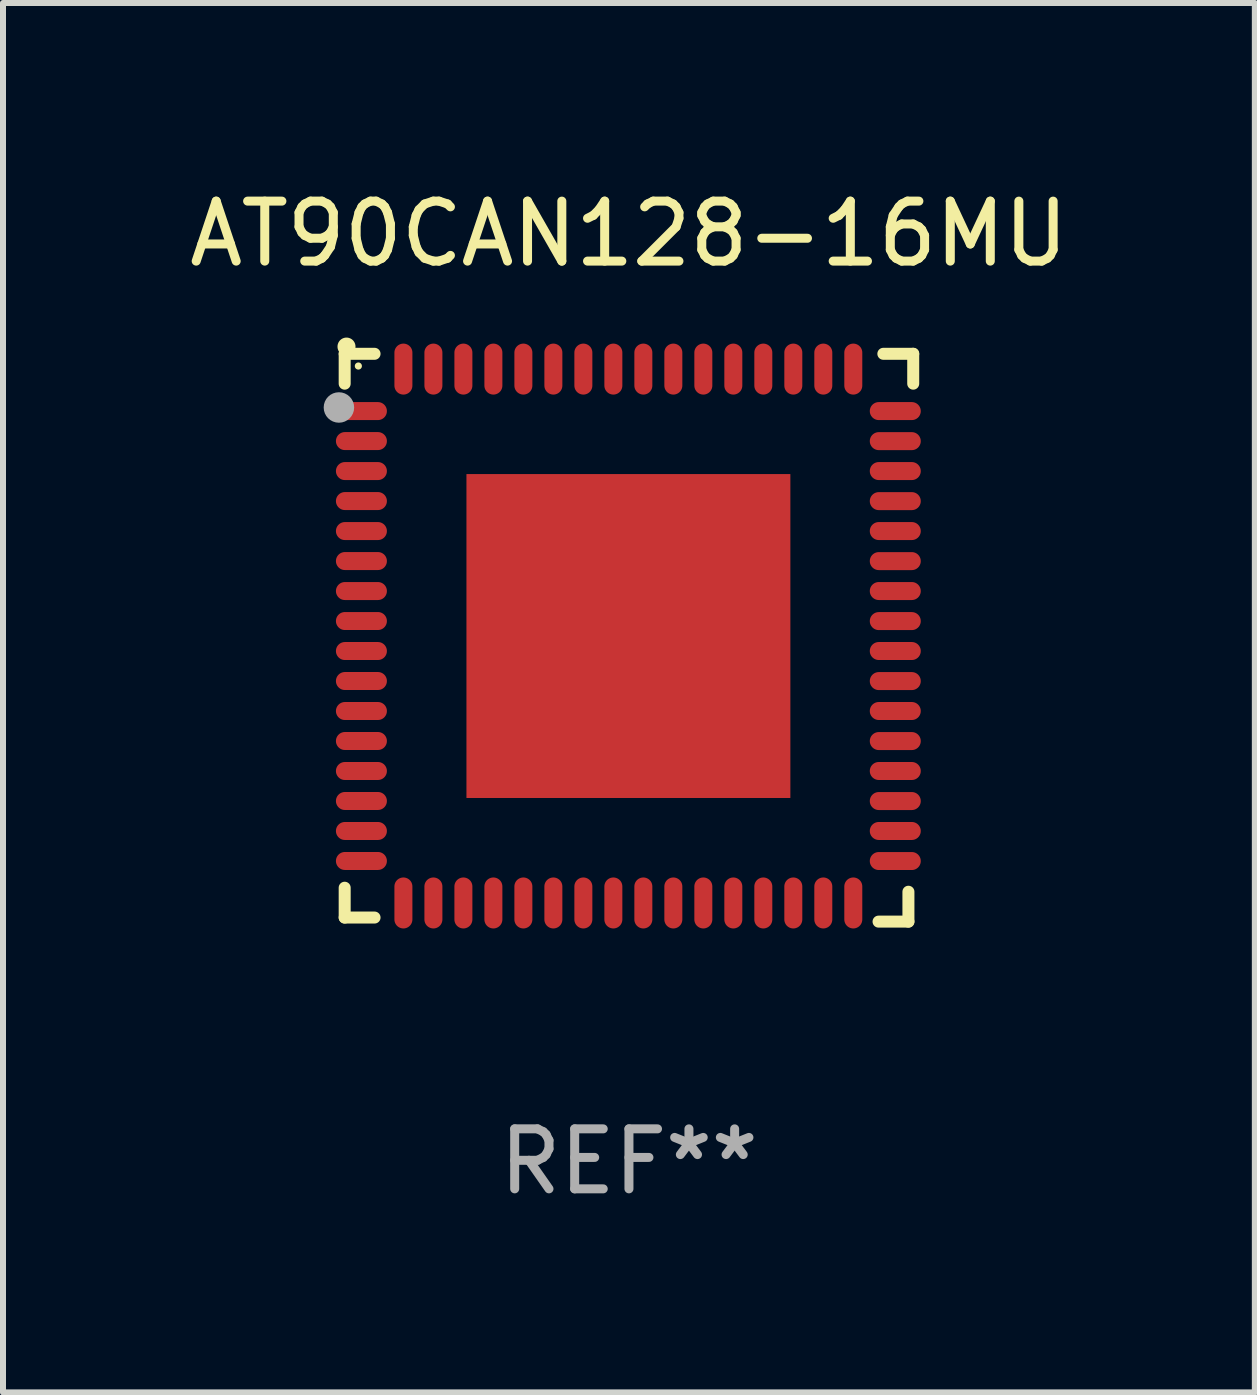
<source format=kicad_pcb>
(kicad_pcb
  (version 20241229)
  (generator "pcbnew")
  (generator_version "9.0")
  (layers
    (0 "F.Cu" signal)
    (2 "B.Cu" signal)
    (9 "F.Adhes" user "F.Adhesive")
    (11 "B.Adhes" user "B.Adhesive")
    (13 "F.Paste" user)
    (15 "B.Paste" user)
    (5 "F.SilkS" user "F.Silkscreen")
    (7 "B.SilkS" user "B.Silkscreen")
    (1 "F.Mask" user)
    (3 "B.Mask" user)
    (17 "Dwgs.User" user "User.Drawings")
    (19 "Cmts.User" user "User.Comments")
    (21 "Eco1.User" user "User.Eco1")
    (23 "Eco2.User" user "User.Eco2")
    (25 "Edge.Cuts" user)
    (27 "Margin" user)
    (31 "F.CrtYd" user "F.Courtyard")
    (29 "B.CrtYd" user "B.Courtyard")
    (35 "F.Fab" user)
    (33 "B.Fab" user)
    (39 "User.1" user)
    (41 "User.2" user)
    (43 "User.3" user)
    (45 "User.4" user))
  (footprint "AT90CAN128-16MU"
    (layer "F.Cu")
    (at 7.435 7.581)
    (property "Reference" "AT90CAN128-16MU" (at 0 -6.733 0) (layer "F.SilkS") (effects (font (size 1 1) (thickness 0.15))))
    (attr through_hole)
    (fp_line (start -4.739 -4.733) (end -4.241 -4.733) (stroke (width 0.2) (type solid)) (layer "F.SilkS"))
    (fp_line (start -4.739 -4.235) (end -4.739 -4.733) (stroke (width 0.2) (type solid)) (layer "F.SilkS"))
    (fp_line (start -4.739 4.168) (end -4.739 4.665) (stroke (width 0.2) (type solid)) (layer "F.SilkS"))
    (fp_line (start -4.739 4.665) (end -4.241 4.665) (stroke (width 0.2) (type solid)) (layer "F.SilkS"))
    (fp_line (start 4.161 4.733) (end 4.659 4.733) (stroke (width 0.2) (type solid)) (layer "F.SilkS"))
    (fp_line (start 4.241 -4.733) (end 4.739 -4.733) (stroke (width 0.2) (type solid)) (layer "F.SilkS"))
    (fp_line (start 4.659 4.733) (end 4.659 4.235) (stroke (width 0.2) (type solid)) (layer "F.SilkS"))
    (fp_line (start 4.739 -4.733) (end 4.739 -4.235) (stroke (width 0.2) (type solid)) (layer "F.SilkS"))
    (fp_arc (start -4.708623 -4.85108) (mid -4.708628 -4.85235) (end -4.708623 -4.85362) (stroke (width 0.3) (type solid)) (layer "F.SilkS"))
    (fp_circle (center -4.511 -4.529) (end -4.481 -4.529) (stroke (width 0.06) (type solid)) (fill no) (layer "F.SilkS"))
    (fp_circle (center -4.835 -3.838) (end -4.708 -3.838) (stroke (width 0.254) (type solid)) (fill no) (layer "F.Fab"))
    (fp_text user "REF**" (at 0 8.733 0) (layer "F.Fab") (effects (font (size 1 1) (thickness 0.15))))
    (pad "1" smd oval (at -4.46 -3.778) (size 0.85 0.3) (layers "F.Cu" "F.Mask" "F.Paste"))
    (pad "2" smd oval (at -4.46 -3.278) (size 0.85 0.3) (layers "F.Cu" "F.Mask" "F.Paste"))
    (pad "3" smd oval (at -4.46 -2.778) (size 0.85 0.3) (layers "F.Cu" "F.Mask" "F.Paste"))
    (pad "4" smd oval (at -4.46 -2.278) (size 0.85 0.3) (layers "F.Cu" "F.Mask" "F.Paste"))
    (pad "5" smd oval (at -4.46 -1.778) (size 0.85 0.3) (layers "F.Cu" "F.Mask" "F.Paste"))
    (pad "6" smd oval (at -4.46 -1.278) (size 0.85 0.3) (layers "F.Cu" "F.Mask" "F.Paste"))
    (pad "7" smd oval (at -4.46 -0.778) (size 0.85 0.3) (layers "F.Cu" "F.Mask" "F.Paste"))
    (pad "8" smd oval (at -4.46 -0.278) (size 0.85 0.3) (layers "F.Cu" "F.Mask" "F.Paste"))
    (pad "9" smd oval (at -4.46 0.222) (size 0.85 0.3) (layers "F.Cu" "F.Mask" "F.Paste"))
    (pad "10" smd oval (at -4.46 0.722) (size 0.85 0.3) (layers "F.Cu" "F.Mask" "F.Paste"))
    (pad "11" smd oval (at -4.46 1.222) (size 0.85 0.3) (layers "F.Cu" "F.Mask" "F.Paste"))
    (pad "12" smd oval (at -4.46 1.722) (size 0.85 0.3) (layers "F.Cu" "F.Mask" "F.Paste"))
    (pad "13" smd oval (at -4.46 2.222) (size 0.85 0.3) (layers "F.Cu" "F.Mask" "F.Paste"))
    (pad "14" smd oval (at -4.46 2.722) (size 0.85 0.3) (layers "F.Cu" "F.Mask" "F.Paste"))
    (pad "15" smd oval (at -4.46 3.222) (size 0.85 0.3) (layers "F.Cu" "F.Mask" "F.Paste"))
    (pad "16" smd oval (at -4.46 3.722) (size 0.85 0.3) (layers "F.Cu" "F.Mask" "F.Paste"))
    (pad "17" smd oval (at -3.76 4.422) (size 0.3 0.85) (layers "F.Cu" "F.Mask" "F.Paste"))
    (pad "18" smd oval (at -3.26 4.422) (size 0.3 0.85) (layers "F.Cu" "F.Mask" "F.Paste"))
    (pad "19" smd oval (at -2.76 4.422) (size 0.3 0.85) (layers "F.Cu" "F.Mask" "F.Paste"))
    (pad "20" smd oval (at -2.26 4.422) (size 0.3 0.85) (layers "F.Cu" "F.Mask" "F.Paste"))
    (pad "21" smd oval (at -1.76 4.422) (size 0.3 0.85) (layers "F.Cu" "F.Mask" "F.Paste"))
    (pad "22" smd oval (at -1.26 4.422) (size 0.3 0.85) (layers "F.Cu" "F.Mask" "F.Paste"))
    (pad "23" smd oval (at -0.76 4.422) (size 0.3 0.85) (layers "F.Cu" "F.Mask" "F.Paste"))
    (pad "24" smd oval (at -0.26 4.422) (size 0.3 0.85) (layers "F.Cu" "F.Mask" "F.Paste"))
    (pad "25" smd oval (at 0.24 4.422) (size 0.3 0.85) (layers "F.Cu" "F.Mask" "F.Paste"))
    (pad "26" smd oval (at 0.74 4.422) (size 0.3 0.85) (layers "F.Cu" "F.Mask" "F.Paste"))
    (pad "27" smd oval (at 1.24 4.422) (size 0.3 0.85) (layers "F.Cu" "F.Mask" "F.Paste"))
    (pad "28" smd oval (at 1.74 4.422) (size 0.3 0.85) (layers "F.Cu" "F.Mask" "F.Paste"))
    (pad "29" smd oval (at 2.24 4.422) (size 0.3 0.85) (layers "F.Cu" "F.Mask" "F.Paste"))
    (pad "30" smd oval (at 2.74 4.422) (size 0.3 0.85) (layers "F.Cu" "F.Mask" "F.Paste"))
    (pad "31" smd oval (at 3.24 4.422) (size 0.3 0.85) (layers "F.Cu" "F.Mask" "F.Paste"))
    (pad "32" smd oval (at 3.74 4.422) (size 0.3 0.85) (layers "F.Cu" "F.Mask" "F.Paste"))
    (pad "33" smd oval (at 4.44 3.723) (size 0.85 0.3) (layers "F.Cu" "F.Mask" "F.Paste"))
    (pad "34" smd oval (at 4.44 3.222) (size 0.85 0.3) (layers "F.Cu" "F.Mask" "F.Paste"))
    (pad "35" smd oval (at 4.44 2.723) (size 0.85 0.3) (layers "F.Cu" "F.Mask" "F.Paste"))
    (pad "36" smd oval (at 4.44 2.222) (size 0.85 0.3) (layers "F.Cu" "F.Mask" "F.Paste"))
    (pad "37" smd oval (at 4.44 1.723) (size 0.85 0.3) (layers "F.Cu" "F.Mask" "F.Paste"))
    (pad "38" smd oval (at 4.44 1.222) (size 0.85 0.3) (layers "F.Cu" "F.Mask" "F.Paste"))
    (pad "39" smd oval (at 4.44 0.723) (size 0.85 0.3) (layers "F.Cu" "F.Mask" "F.Paste"))
    (pad "40" smd oval (at 4.44 0.222) (size 0.85 0.3) (layers "F.Cu" "F.Mask" "F.Paste"))
    (pad "41" smd oval (at 4.44 -0.277) (size 0.85 0.3) (layers "F.Cu" "F.Mask" "F.Paste"))
    (pad "42" smd oval (at 4.44 -0.778) (size 0.85 0.3) (layers "F.Cu" "F.Mask" "F.Paste"))
    (pad "43" smd oval (at 4.44 -1.277) (size 0.85 0.3) (layers "F.Cu" "F.Mask" "F.Paste"))
    (pad "44" smd oval (at 4.44 -1.778) (size 0.85 0.3) (layers "F.Cu" "F.Mask" "F.Paste"))
    (pad "45" smd oval (at 4.44 -2.277) (size 0.85 0.3) (layers "F.Cu" "F.Mask" "F.Paste"))
    (pad "46" smd oval (at 4.44 -2.778) (size 0.85 0.3) (layers "F.Cu" "F.Mask" "F.Paste"))
    (pad "47" smd oval (at 4.44 -3.277) (size 0.85 0.3) (layers "F.Cu" "F.Mask" "F.Paste"))
    (pad "48" smd oval (at 4.44 -3.778) (size 0.85 0.3) (layers "F.Cu" "F.Mask" "F.Paste"))
    (pad "49" smd oval (at 3.74 -4.478) (size 0.3 0.85) (layers "F.Cu" "F.Mask" "F.Paste"))
    (pad "50" smd oval (at 3.24 -4.478) (size 0.3 0.85) (layers "F.Cu" "F.Mask" "F.Paste"))
    (pad "51" smd oval (at 2.74 -4.478) (size 0.3 0.85) (layers "F.Cu" "F.Mask" "F.Paste"))
    (pad "52" smd oval (at 2.24 -4.478) (size 0.3 0.85) (layers "F.Cu" "F.Mask" "F.Paste"))
    (pad "53" smd oval (at 1.74 -4.478) (size 0.3 0.85) (layers "F.Cu" "F.Mask" "F.Paste"))
    (pad "54" smd oval (at 1.24 -4.478) (size 0.3 0.85) (layers "F.Cu" "F.Mask" "F.Paste"))
    (pad "55" smd oval (at 0.74 -4.478) (size 0.3 0.85) (layers "F.Cu" "F.Mask" "F.Paste"))
    (pad "56" smd oval (at 0.24 -4.478) (size 0.3 0.85) (layers "F.Cu" "F.Mask" "F.Paste"))
    (pad "57" smd oval (at -0.26 -4.478) (size 0.3 0.85) (layers "F.Cu" "F.Mask" "F.Paste"))
    (pad "58" smd oval (at -0.76 -4.478) (size 0.3 0.85) (layers "F.Cu" "F.Mask" "F.Paste"))
    (pad "59" smd oval (at -1.26 -4.478) (size 0.3 0.85) (layers "F.Cu" "F.Mask" "F.Paste"))
    (pad "60" smd oval (at -1.76 -4.478) (size 0.3 0.85) (layers "F.Cu" "F.Mask" "F.Paste"))
    (pad "61" smd oval (at -2.26 -4.478) (size 0.3 0.85) (layers "F.Cu" "F.Mask" "F.Paste"))
    (pad "62" smd oval (at -2.76 -4.478) (size 0.3 0.85) (layers "F.Cu" "F.Mask" "F.Paste"))
    (pad "63" smd oval (at -3.26 -4.478) (size 0.3 0.85) (layers "F.Cu" "F.Mask" "F.Paste"))
    (pad "64" smd oval (at -3.76 -4.478) (size 0.3 0.85) (layers "F.Cu" "F.Mask" "F.Paste"))
    (pad "65" smd rect (at -0.009 -0.028 90) (size 5.4 5.4) (layers "F.Cu" "F.Mask" "F.Paste")))
  (gr_rect
    (start -3 -3)
    (end 17.869 20.162)
    (stroke (width 0.1) (type default))
    (fill no)
    (layer "Edge.Cuts")))
</source>
